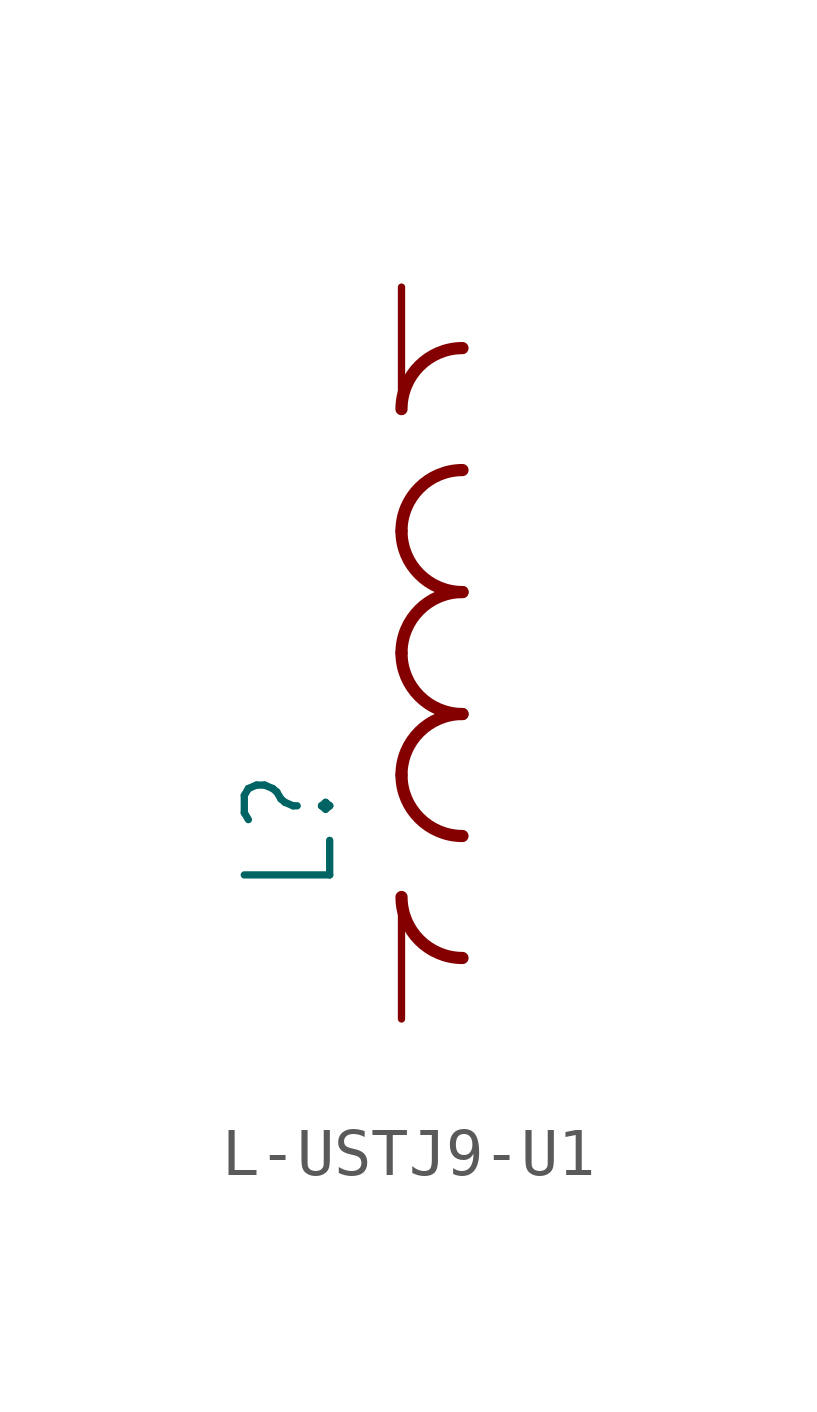
<source format=kicad_sym>
(kicad_symbol_lib
  (version 20241209)
  (generator "kicad_symbol_editor")
  (generator_version "9.0")
  (symbol "L-USTJ9-U1"
    (property "Reference" "L"
      (at -1.27 -5.08 90)
      (effects (font (size 1.778 1.511)) (justify left bottom)))
    (property "Value" ""
      (at 3.81 -5.08 90)
      (effects (font (size 1.778 1.511)) (justify left bottom)))
    (property "ki_locked" ""
      (at 0 0 0)
      (effects (font (size 1.27 1.27))))
    (symbol "L-USTJ9-U1_1_0"
      (arc (start 0 5.08) (mid 0.372 5.978) (end 1.27 6.35) (stroke (width 0.254) (type solid)) (fill (type none)))
      (arc (start 0 2.54) (mid 0.372 3.438) (end 1.27 3.81) (stroke (width 0.254) (type solid)) (fill (type none)))
      (arc (start 1.27 1.27) (mid 0.372 1.642) (end 0 2.54) (stroke (width 0.254) (type solid)) (fill (type none)))
      (arc (start 0 0) (mid 0.372 0.898) (end 1.27 1.27) (stroke (width 0.254) (type solid)) (fill (type none)))
      (arc (start 1.27 -1.27) (mid 0.372 -0.898) (end 0 0) (stroke (width 0.254) (type solid)) (fill (type none)))
      (arc (start 0 -2.54) (mid 0.372 -1.642) (end 1.27 -1.27) (stroke (width 0.254) (type solid)) (fill (type none)))
      (arc (start 1.27 -3.81) (mid 0.372 -3.438) (end 0 -2.54) (stroke (width 0.254) (type solid)) (fill (type none)))
      (arc (start 1.27 -6.35) (mid 0.372 -5.978) (end 0 -5.08) (stroke (width 0.254) (type solid)) (fill (type none)))
      (pin passive line (at 0 7.62 270) (length 2.54) (name "1" (effects (font (size 0 0)))) (number "1" (effects (font (size 0 0)))))
      (pin passive line (at 0 -7.62 90) (length 2.54) (name "2" (effects (font (size 0 0)))) (number "2" (effects (font (size 0 0))))))))
</source>
